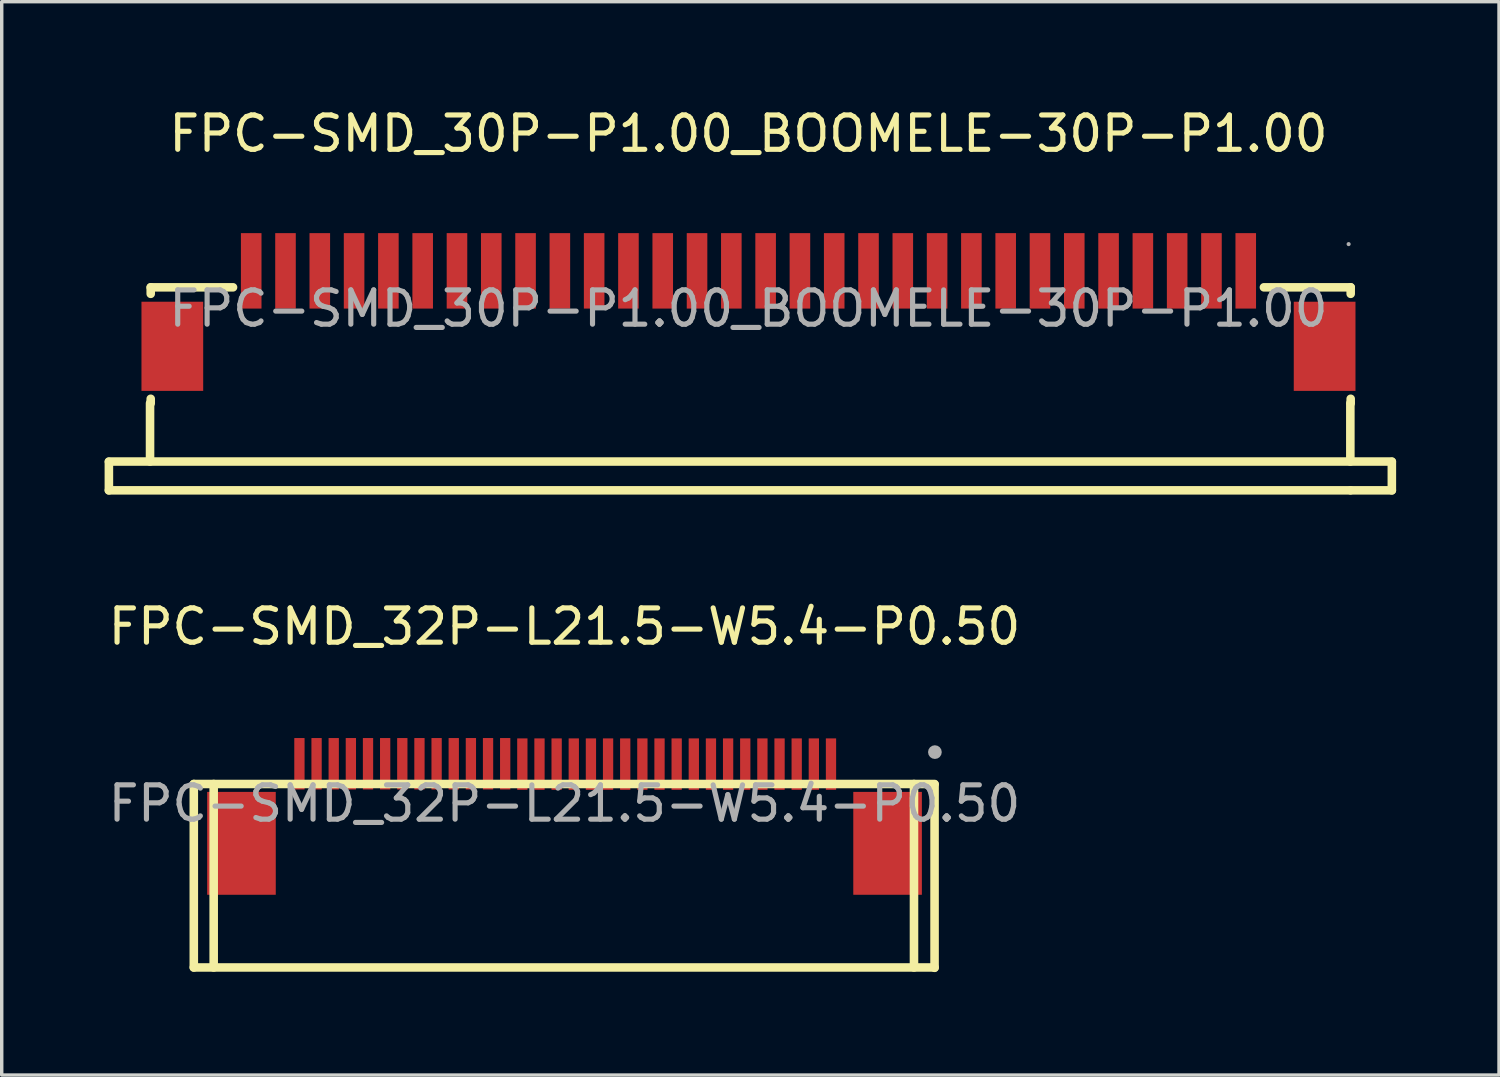
<source format=kicad_pcb>
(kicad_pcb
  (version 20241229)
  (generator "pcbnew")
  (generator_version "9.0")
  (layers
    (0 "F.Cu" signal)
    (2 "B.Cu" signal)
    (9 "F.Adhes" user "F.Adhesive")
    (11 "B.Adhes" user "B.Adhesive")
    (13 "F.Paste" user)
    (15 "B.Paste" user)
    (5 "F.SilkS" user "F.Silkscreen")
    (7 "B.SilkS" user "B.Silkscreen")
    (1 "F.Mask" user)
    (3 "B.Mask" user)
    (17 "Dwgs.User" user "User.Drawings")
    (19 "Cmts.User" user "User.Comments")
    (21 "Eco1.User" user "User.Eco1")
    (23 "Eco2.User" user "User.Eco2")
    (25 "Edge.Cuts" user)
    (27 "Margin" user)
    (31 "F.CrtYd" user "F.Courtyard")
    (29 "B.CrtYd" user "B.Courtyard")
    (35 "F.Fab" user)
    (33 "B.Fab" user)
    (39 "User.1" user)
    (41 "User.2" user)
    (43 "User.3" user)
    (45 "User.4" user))
  (footprint "FPC-SMD_32P-L21.5-W5.4-P0.50"
    (layer "F.Cu")
    (at 13.411 20.381)
    (property "Reference" "FPC-SMD_32P-L21.5-W5.4-P0.50" (at 0 -5.16 0) (layer "F.SilkS") (effects (font (size 1 1) (thickness 0.15))))
    (attr through_hole)
    (fp_line (start -10.81 -0.57) (end -10.81 4.78) (stroke (width 0.25) (type solid)) (layer "F.SilkS"))
    (fp_line (start -10.81 -0.57) (end 10.79 -0.57) (stroke (width 0.25) (type solid)) (layer "F.SilkS"))
    (fp_line (start -10.81 4.78) (end 10.79 4.78) (stroke (width 0.25) (type solid)) (layer "F.SilkS"))
    (fp_line (start -10.23 -0.57) (end -10.23 4.78) (stroke (width 0.25) (type solid)) (layer "F.SilkS"))
    (fp_line (start 10.19 -0.57) (end 10.19 4.78) (stroke (width 0.25) (type solid)) (layer "F.SilkS"))
    (fp_line (start 10.79 -0.56) (end 10.79 4.79) (stroke (width 0.25) (type solid)) (layer "F.SilkS"))
    (fp_circle (center 10.8 -1.5) (end 10.9 -1.5) (stroke (width 0.2) (type solid)) (fill no) (layer "F.Fab"))
    (fp_text user "${REFERENCE}" (at 0 0 0) (layer "F.Fab") (effects (font (size 1 1) (thickness 0.15))))
    (pad "1" smd rect (at 7.77 -1.15 180) (size 0.3 1.5) (layers "F.Cu" "F.Mask" "F.Paste"))
    (pad "2" smd rect (at 7.27 -1.15 180) (size 0.3 1.5) (layers "F.Cu" "F.Mask" "F.Paste"))
    (pad "3" smd rect (at 6.77 -1.15 180) (size 0.3 1.5) (layers "F.Cu" "F.Mask" "F.Paste"))
    (pad "4" smd rect (at 6.27 -1.15 180) (size 0.3 1.5) (layers "F.Cu" "F.Mask" "F.Paste"))
    (pad "5" smd rect (at 5.77 -1.15 180) (size 0.3 1.5) (layers "F.Cu" "F.Mask" "F.Paste"))
    (pad "6" smd rect (at 5.27 -1.15 180) (size 0.3 1.5) (layers "F.Cu" "F.Mask" "F.Paste"))
    (pad "7" smd rect (at 4.77 -1.15 180) (size 0.3 1.5) (layers "F.Cu" "F.Mask" "F.Paste"))
    (pad "8" smd rect (at 4.27 -1.15 180) (size 0.3 1.5) (layers "F.Cu" "F.Mask" "F.Paste"))
    (pad "9" smd rect (at 3.77 -1.15 180) (size 0.3 1.5) (layers "F.Cu" "F.Mask" "F.Paste"))
    (pad "10" smd rect (at 3.27 -1.15 180) (size 0.3 1.5) (layers "F.Cu" "F.Mask" "F.Paste"))
    (pad "11" smd rect (at 2.77 -1.15 180) (size 0.3 1.5) (layers "F.Cu" "F.Mask" "F.Paste"))
    (pad "12" smd rect (at 2.27 -1.15 180) (size 0.3 1.5) (layers "F.Cu" "F.Mask" "F.Paste"))
    (pad "13" smd rect (at 1.77 -1.15 180) (size 0.3 1.5) (layers "F.Cu" "F.Mask" "F.Paste"))
    (pad "14" smd rect (at 1.27 -1.15 180) (size 0.3 1.5) (layers "F.Cu" "F.Mask" "F.Paste"))
    (pad "15" smd rect (at 0.77 -1.15 180) (size 0.3 1.5) (layers "F.Cu" "F.Mask" "F.Paste"))
    (pad "16" smd rect (at 0.27 -1.15 180) (size 0.3 1.5) (layers "F.Cu" "F.Mask" "F.Paste"))
    (pad "17" smd rect (at -0.23 -1.15 180) (size 0.3 1.5) (layers "F.Cu" "F.Mask" "F.Paste"))
    (pad "18" smd rect (at -0.73 -1.15 180) (size 0.3 1.5) (layers "F.Cu" "F.Mask" "F.Paste"))
    (pad "19" smd rect (at -1.23 -1.15 180) (size 0.3 1.5) (layers "F.Cu" "F.Mask" "F.Paste"))
    (pad "20" smd rect (at -1.73 -1.16 180) (size 0.3 1.5) (layers "F.Cu" "F.Mask" "F.Paste"))
    (pad "21" smd rect (at -2.23 -1.16 180) (size 0.3 1.5) (layers "F.Cu" "F.Mask" "F.Paste"))
    (pad "22" smd rect (at -2.73 -1.16 180) (size 0.3 1.5) (layers "F.Cu" "F.Mask" "F.Paste"))
    (pad "23" smd rect (at -3.23 -1.16 180) (size 0.3 1.5) (layers "F.Cu" "F.Mask" "F.Paste"))
    (pad "24" smd rect (at -3.73 -1.16 180) (size 0.3 1.5) (layers "F.Cu" "F.Mask" "F.Paste"))
    (pad "25" smd rect (at -4.23 -1.16 180) (size 0.3 1.5) (layers "F.Cu" "F.Mask" "F.Paste"))
    (pad "26" smd rect (at -4.73 -1.16 180) (size 0.3 1.5) (layers "F.Cu" "F.Mask" "F.Paste"))
    (pad "27" smd rect (at -5.23 -1.16 180) (size 0.3 1.5) (layers "F.Cu" "F.Mask" "F.Paste"))
    (pad "28" smd rect (at -5.73 -1.16 180) (size 0.3 1.5) (layers "F.Cu" "F.Mask" "F.Paste"))
    (pad "29" smd rect (at -6.23 -1.16 180) (size 0.3 1.5) (layers "F.Cu" "F.Mask" "F.Paste"))
    (pad "30" smd rect (at -6.73 -1.16 180) (size 0.3 1.5) (layers "F.Cu" "F.Mask" "F.Paste"))
    (pad "31" smd rect (at -7.23 -1.16 180) (size 0.3 1.5) (layers "F.Cu" "F.Mask" "F.Paste"))
    (pad "32" smd rect (at -7.73 -1.16 180) (size 0.3 1.5) (layers "F.Cu" "F.Mask" "F.Paste"))
    (pad "33" smd rect (at -9.42 1.16) (size 2 3) (layers "F.Cu" "F.Mask" "F.Paste"))
    (pad "34" smd rect (at 9.42 1.16 180) (size 2 3) (layers "F.Cu" "F.Mask" "F.Paste")))
  (footprint "FPC-SMD_30P-P1.00_BOOMELE-30P-P1.00"
    (layer "F.Cu")
    (at 18.775 5.948)
    (property "Reference" "FPC-SMD_30P-P1.00_BOOMELE-30P-P1.00" (at 0 -5.1 0) (layer "F.SilkS") (effects (font (size 1 1) (thickness 0.15))))
    (attr through_hole)
    (fp_line (start -18.65 5.3) (end -18.65 4.47) (stroke (width 0.25) (type solid)) (layer "F.SilkS"))
    (fp_line (start -18.65 5.3) (end 17.55 5.3) (stroke (width 0.25) (type solid)) (layer "F.SilkS"))
    (fp_line (start -17.45 2.76) (end -17.45 4.46) (stroke (width 0.25) (type solid)) (layer "F.SilkS"))
    (fp_line (start -17.43 -0.62) (end -17.43 -0.43) (stroke (width 0.25) (type solid)) (layer "F.SilkS"))
    (fp_line (start -17.43 -0.62) (end -15.03 -0.62) (stroke (width 0.25) (type solid)) (layer "F.SilkS"))
    (fp_line (start -17.43 2.63) (end -17.43 2.76) (stroke (width 0.25) (type solid)) (layer "F.SilkS"))
    (fp_line (start 15.03 -0.62) (end 17.56 -0.62) (stroke (width 0.25) (type solid)) (layer "F.SilkS"))
    (fp_line (start 17.55 4.46) (end 17.55 2.76) (stroke (width 0.25) (type solid)) (layer "F.SilkS"))
    (fp_line (start 17.56 -0.62) (end 17.56 -0.43) (stroke (width 0.25) (type solid)) (layer "F.SilkS"))
    (fp_line (start 17.56 2.63) (end 17.56 2.76) (stroke (width 0.25) (type solid)) (layer "F.SilkS"))
    (fp_line (start 18.76 4.46) (end -18.65 4.46) (stroke (width 0.25) (type solid)) (layer "F.SilkS"))
    (fp_line (start 18.76 5.3) (end 17.56 5.3) (stroke (width 0.25) (type solid)) (layer "F.SilkS"))
    (fp_line (start 18.76 5.3) (end 18.76 4.47) (stroke (width 0.25) (type solid)) (layer "F.SilkS"))
    (fp_circle (center 17.5 -1.88) (end 17.53 -1.88) (stroke (width 0.06) (type solid)) (fill no) (layer "F.Fab"))
    (fp_text user "${REFERENCE}" (at 0 0 0) (layer "F.Fab") (effects (font (size 1 1) (thickness 0.15))))
    (pad "1" smd rect (at 14.5 -1.1 180) (size 0.6 2.2) (layers "F.Cu" "F.Mask" "F.Paste"))
    (pad "2" smd rect (at 13.5 -1.1 180) (size 0.6 2.2) (layers "F.Cu" "F.Mask" "F.Paste"))
    (pad "3" smd rect (at 12.5 -1.1 180) (size 0.6 2.2) (layers "F.Cu" "F.Mask" "F.Paste"))
    (pad "4" smd rect (at 11.5 -1.1 180) (size 0.6 2.2) (layers "F.Cu" "F.Mask" "F.Paste"))
    (pad "5" smd rect (at 10.5 -1.1 180) (size 0.6 2.2) (layers "F.Cu" "F.Mask" "F.Paste"))
    (pad "6" smd rect (at 9.5 -1.1 180) (size 0.6 2.2) (layers "F.Cu" "F.Mask" "F.Paste"))
    (pad "7" smd rect (at 8.5 -1.1 180) (size 0.6 2.2) (layers "F.Cu" "F.Mask" "F.Paste"))
    (pad "8" smd rect (at 7.5 -1.1 180) (size 0.6 2.2) (layers "F.Cu" "F.Mask" "F.Paste"))
    (pad "9" smd rect (at 6.5 -1.1 180) (size 0.6 2.2) (layers "F.Cu" "F.Mask" "F.Paste"))
    (pad "10" smd rect (at 5.5 -1.1 180) (size 0.6 2.2) (layers "F.Cu" "F.Mask" "F.Paste"))
    (pad "11" smd rect (at 4.5 -1.1 180) (size 0.6 2.2) (layers "F.Cu" "F.Mask" "F.Paste"))
    (pad "12" smd rect (at 3.5 -1.1 180) (size 0.6 2.2) (layers "F.Cu" "F.Mask" "F.Paste"))
    (pad "13" smd rect (at 2.5 -1.1 180) (size 0.6 2.2) (layers "F.Cu" "F.Mask" "F.Paste"))
    (pad "14" smd rect (at 1.5 -1.1 180) (size 0.6 2.2) (layers "F.Cu" "F.Mask" "F.Paste"))
    (pad "15" smd rect (at 0.5 -1.1 180) (size 0.6 2.2) (layers "F.Cu" "F.Mask" "F.Paste"))
    (pad "16" smd rect (at -0.5 -1.1 180) (size 0.6 2.2) (layers "F.Cu" "F.Mask" "F.Paste"))
    (pad "17" smd rect (at -1.5 -1.1 180) (size 0.6 2.2) (layers "F.Cu" "F.Mask" "F.Paste"))
    (pad "18" smd rect (at -2.5 -1.1 180) (size 0.6 2.2) (layers "F.Cu" "F.Mask" "F.Paste"))
    (pad "19" smd rect (at -3.5 -1.1 180) (size 0.6 2.2) (layers "F.Cu" "F.Mask" "F.Paste"))
    (pad "20" smd rect (at -4.5 -1.1 180) (size 0.6 2.2) (layers "F.Cu" "F.Mask" "F.Paste"))
    (pad "21" smd rect (at -5.5 -1.1 180) (size 0.6 2.2) (layers "F.Cu" "F.Mask" "F.Paste"))
    (pad "22" smd rect (at -6.5 -1.1 180) (size 0.6 2.2) (layers "F.Cu" "F.Mask" "F.Paste"))
    (pad "23" smd rect (at -7.5 -1.1 180) (size 0.6 2.2) (layers "F.Cu" "F.Mask" "F.Paste"))
    (pad "24" smd rect (at -8.5 -1.1 180) (size 0.6 2.2) (layers "F.Cu" "F.Mask" "F.Paste"))
    (pad "25" smd rect (at -9.5 -1.1 180) (size 0.6 2.2) (layers "F.Cu" "F.Mask" "F.Paste"))
    (pad "26" smd rect (at -10.5 -1.1 180) (size 0.6 2.2) (layers "F.Cu" "F.Mask" "F.Paste"))
    (pad "27" smd rect (at -11.5 -1.1 180) (size 0.6 2.2) (layers "F.Cu" "F.Mask" "F.Paste"))
    (pad "28" smd rect (at -12.5 -1.1 180) (size 0.6 2.2) (layers "F.Cu" "F.Mask" "F.Paste"))
    (pad "29" smd rect (at -13.5 -1.1 180) (size 0.6 2.2) (layers "F.Cu" "F.Mask" "F.Paste"))
    (pad "30" smd rect (at -14.5 -1.1 180) (size 0.6 2.2) (layers "F.Cu" "F.Mask" "F.Paste"))
    (pad "31" smd rect (at -16.8 1.1 270) (size 2.6 1.8) (layers "F.Cu" "F.Mask" "F.Paste"))
    (pad "32" smd rect (at 16.8 1.1 270) (size 2.6 1.8) (layers "F.Cu" "F.Mask" "F.Paste")))
  (gr_rect
    (start -3 -3)
    (end 40.66 28.297)
    (stroke (width 0.1) (type default))
    (fill no)
    (layer "Edge.Cuts")))
</source>
